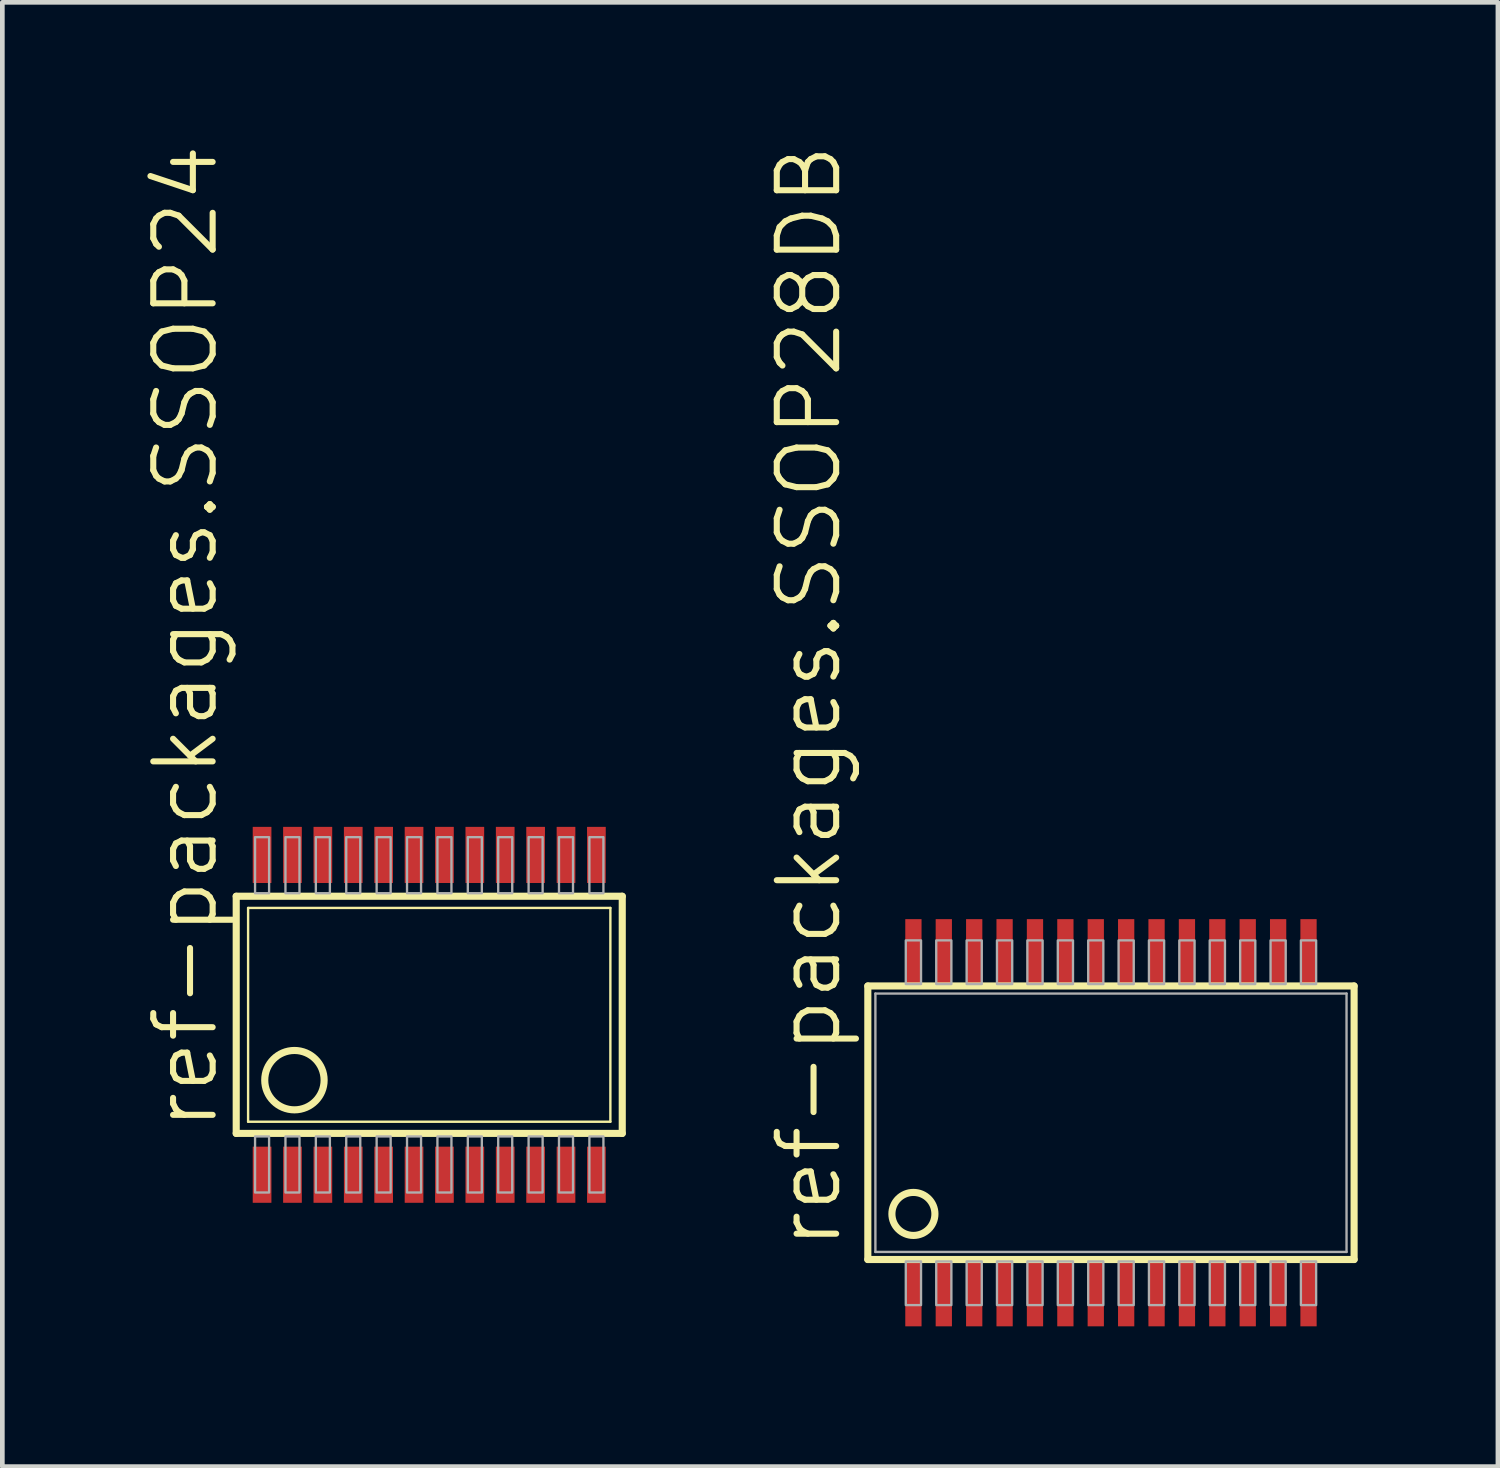
<source format=kicad_pcb>
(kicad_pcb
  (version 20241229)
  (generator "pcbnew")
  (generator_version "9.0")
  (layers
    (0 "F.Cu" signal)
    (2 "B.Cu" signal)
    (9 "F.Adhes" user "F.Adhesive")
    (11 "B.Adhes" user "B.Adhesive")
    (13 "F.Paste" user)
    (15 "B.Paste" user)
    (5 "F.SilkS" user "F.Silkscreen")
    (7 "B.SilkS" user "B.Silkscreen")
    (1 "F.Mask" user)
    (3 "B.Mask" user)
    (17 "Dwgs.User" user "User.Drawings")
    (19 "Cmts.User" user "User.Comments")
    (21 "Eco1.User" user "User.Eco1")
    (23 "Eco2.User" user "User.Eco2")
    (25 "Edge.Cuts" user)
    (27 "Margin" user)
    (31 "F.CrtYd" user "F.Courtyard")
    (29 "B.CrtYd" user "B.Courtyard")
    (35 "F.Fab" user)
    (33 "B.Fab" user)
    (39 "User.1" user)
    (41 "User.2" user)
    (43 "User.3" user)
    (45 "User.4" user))
  (footprint "ref-packages.SSOP28DB"
    (layer "F.Cu")
    (at 20.71 20.962)
    (property "Reference" "ref-packages.SSOP28DB" (at -5.715 2.76 90) (layer "F.SilkS") (effects (font (size 1.27 1.27) (thickness 0.13)) (justify left bottom)))
    (attr smd)
    (fp_line (start -5.2 -2.925) (end 5.2 -2.925) (stroke (width 0.152) (type default)) (layer "F.SilkS"))
    (fp_line (start -5.2 2.925) (end -5.2 -2.925) (stroke (width 0.152) (type default)) (layer "F.SilkS"))
    (fp_line (start 5.2 -2.925) (end 5.2 2.925) (stroke (width 0.152) (type default)) (layer "F.SilkS"))
    (fp_line (start 5.2 2.925) (end -5.2 2.925) (stroke (width 0.152) (type default)) (layer "F.SilkS"))
    (fp_circle (center -4.225 1.95) (end -3.765 1.95) (stroke (width 0.152) (type default)) (fill no) (layer "F.SilkS"))
    (fp_line (start -5.038 -2.763) (end 5.038 -2.763) (stroke (width 0.051) (type default)) (layer "F.Fab"))
    (fp_line (start -5.038 2.763) (end -5.038 -2.763) (stroke (width 0.051) (type default)) (layer "F.Fab"))
    (fp_line (start 5.038 -2.763) (end 5.038 2.763) (stroke (width 0.051) (type default)) (layer "F.Fab"))
    (fp_line (start 5.038 2.763) (end -5.038 2.763) (stroke (width 0.051) (type default)) (layer "F.Fab"))
    (fp_rect (start -4.388 -2.966) (end -4.062 -3.9) (stroke (width 0.05) (type default)) (fill no) (layer "F.Fab"))
    (fp_rect (start -4.388 3.9) (end -4.062 2.966) (stroke (width 0.05) (type default)) (fill no) (layer "F.Fab"))
    (fp_rect (start -3.737 -2.966) (end -3.413 -3.9) (stroke (width 0.05) (type default)) (fill no) (layer "F.Fab"))
    (fp_rect (start -3.737 3.9) (end -3.413 2.966) (stroke (width 0.05) (type default)) (fill no) (layer "F.Fab"))
    (fp_rect (start -3.087 -2.966) (end -2.763 -3.9) (stroke (width 0.05) (type default)) (fill no) (layer "F.Fab"))
    (fp_rect (start -3.087 3.9) (end -2.763 2.966) (stroke (width 0.05) (type default)) (fill no) (layer "F.Fab"))
    (fp_rect (start -2.438 -2.966) (end -2.112 -3.9) (stroke (width 0.05) (type default)) (fill no) (layer "F.Fab"))
    (fp_rect (start -2.438 3.9) (end -2.112 2.966) (stroke (width 0.05) (type default)) (fill no) (layer "F.Fab"))
    (fp_rect (start -1.788 -2.966) (end -1.462 -3.9) (stroke (width 0.05) (type default)) (fill no) (layer "F.Fab"))
    (fp_rect (start -1.788 3.9) (end -1.462 2.966) (stroke (width 0.05) (type default)) (fill no) (layer "F.Fab"))
    (fp_rect (start -1.137 -2.966) (end -0.812 -3.9) (stroke (width 0.05) (type default)) (fill no) (layer "F.Fab"))
    (fp_rect (start -1.137 3.9) (end -0.812 2.966) (stroke (width 0.05) (type default)) (fill no) (layer "F.Fab"))
    (fp_rect (start -0.487 -2.966) (end -0.163 -3.9) (stroke (width 0.05) (type default)) (fill no) (layer "F.Fab"))
    (fp_rect (start -0.487 3.9) (end -0.163 2.966) (stroke (width 0.05) (type default)) (fill no) (layer "F.Fab"))
    (fp_rect (start 0.163 -2.966) (end 0.487 -3.9) (stroke (width 0.05) (type default)) (fill no) (layer "F.Fab"))
    (fp_rect (start 0.163 3.9) (end 0.487 2.966) (stroke (width 0.05) (type default)) (fill no) (layer "F.Fab"))
    (fp_rect (start 0.812 -2.966) (end 1.137 -3.9) (stroke (width 0.05) (type default)) (fill no) (layer "F.Fab"))
    (fp_rect (start 0.812 3.9) (end 1.137 2.966) (stroke (width 0.05) (type default)) (fill no) (layer "F.Fab"))
    (fp_rect (start 1.462 -2.966) (end 1.788 -3.9) (stroke (width 0.05) (type default)) (fill no) (layer "F.Fab"))
    (fp_rect (start 1.462 3.9) (end 1.788 2.966) (stroke (width 0.05) (type default)) (fill no) (layer "F.Fab"))
    (fp_rect (start 2.112 -2.966) (end 2.438 -3.9) (stroke (width 0.05) (type default)) (fill no) (layer "F.Fab"))
    (fp_rect (start 2.112 3.9) (end 2.438 2.966) (stroke (width 0.05) (type default)) (fill no) (layer "F.Fab"))
    (fp_rect (start 2.763 -2.966) (end 3.087 -3.9) (stroke (width 0.05) (type default)) (fill no) (layer "F.Fab"))
    (fp_rect (start 2.763 3.9) (end 3.087 2.966) (stroke (width 0.05) (type default)) (fill no) (layer "F.Fab"))
    (fp_rect (start 3.413 -2.966) (end 3.737 -3.9) (stroke (width 0.05) (type default)) (fill no) (layer "F.Fab"))
    (fp_rect (start 3.413 3.9) (end 3.737 2.966) (stroke (width 0.05) (type default)) (fill no) (layer "F.Fab"))
    (fp_rect (start 4.062 -2.966) (end 4.388 -3.9) (stroke (width 0.05) (type default)) (fill no) (layer "F.Fab"))
    (fp_rect (start 4.062 3.9) (end 4.388 2.966) (stroke (width 0.05) (type default)) (fill no) (layer "F.Fab"))
    (pad "1" smd roundrect (at -4.225 3.656) (size 0.348 1.397) (layers "F.Cu" "F.Mask" "F.Paste") (roundrect_rratio 0.01))
    (pad "2" smd roundrect (at -3.575 3.656) (size 0.348 1.397) (layers "F.Cu" "F.Mask" "F.Paste") (roundrect_rratio 0.01))
    (pad "3" smd roundrect (at -2.925 3.656) (size 0.348 1.397) (layers "F.Cu" "F.Mask" "F.Paste") (roundrect_rratio 0.01))
    (pad "4" smd roundrect (at -2.275 3.656) (size 0.348 1.397) (layers "F.Cu" "F.Mask" "F.Paste") (roundrect_rratio 0.01))
    (pad "5" smd roundrect (at -1.625 3.656) (size 0.348 1.397) (layers "F.Cu" "F.Mask" "F.Paste") (roundrect_rratio 0.01))
    (pad "6" smd roundrect (at -0.975 3.656) (size 0.348 1.397) (layers "F.Cu" "F.Mask" "F.Paste") (roundrect_rratio 0.01))
    (pad "7" smd roundrect (at -0.325 3.656) (size 0.348 1.397) (layers "F.Cu" "F.Mask" "F.Paste") (roundrect_rratio 0.01))
    (pad "8" smd roundrect (at 0.325 3.656) (size 0.348 1.397) (layers "F.Cu" "F.Mask" "F.Paste") (roundrect_rratio 0.01))
    (pad "9" smd roundrect (at 0.975 3.656) (size 0.348 1.397) (layers "F.Cu" "F.Mask" "F.Paste") (roundrect_rratio 0.01))
    (pad "10" smd roundrect (at 1.625 3.656) (size 0.348 1.397) (layers "F.Cu" "F.Mask" "F.Paste") (roundrect_rratio 0.01))
    (pad "11" smd roundrect (at 2.275 3.656) (size 0.348 1.397) (layers "F.Cu" "F.Mask" "F.Paste") (roundrect_rratio 0.01))
    (pad "12" smd roundrect (at 2.925 3.656) (size 0.348 1.397) (layers "F.Cu" "F.Mask" "F.Paste") (roundrect_rratio 0.01))
    (pad "13" smd roundrect (at 3.575 3.656) (size 0.348 1.397) (layers "F.Cu" "F.Mask" "F.Paste") (roundrect_rratio 0.01))
    (pad "14" smd roundrect (at 4.225 3.656) (size 0.348 1.397) (layers "F.Cu" "F.Mask" "F.Paste") (roundrect_rratio 0.01))
    (pad "15" smd roundrect (at 4.225 -3.656) (size 0.348 1.397) (layers "F.Cu" "F.Mask" "F.Paste") (roundrect_rratio 0.01))
    (pad "16" smd roundrect (at 3.575 -3.656) (size 0.348 1.397) (layers "F.Cu" "F.Mask" "F.Paste") (roundrect_rratio 0.01))
    (pad "17" smd roundrect (at 2.925 -3.656) (size 0.348 1.397) (layers "F.Cu" "F.Mask" "F.Paste") (roundrect_rratio 0.01))
    (pad "18" smd roundrect (at 2.275 -3.656) (size 0.348 1.397) (layers "F.Cu" "F.Mask" "F.Paste") (roundrect_rratio 0.01))
    (pad "19" smd roundrect (at 1.625 -3.656) (size 0.348 1.397) (layers "F.Cu" "F.Mask" "F.Paste") (roundrect_rratio 0.01))
    (pad "20" smd roundrect (at 0.975 -3.656) (size 0.348 1.397) (layers "F.Cu" "F.Mask" "F.Paste") (roundrect_rratio 0.01))
    (pad "21" smd roundrect (at 0.325 -3.656) (size 0.348 1.397) (layers "F.Cu" "F.Mask" "F.Paste") (roundrect_rratio 0.01))
    (pad "22" smd roundrect (at -0.325 -3.656) (size 0.348 1.397) (layers "F.Cu" "F.Mask" "F.Paste") (roundrect_rratio 0.01))
    (pad "23" smd roundrect (at -0.975 -3.656) (size 0.348 1.397) (layers "F.Cu" "F.Mask" "F.Paste") (roundrect_rratio 0.01))
    (pad "24" smd roundrect (at -1.625 -3.656) (size 0.348 1.397) (layers "F.Cu" "F.Mask" "F.Paste") (roundrect_rratio 0.01))
    (pad "25" smd roundrect (at -2.275 -3.656) (size 0.348 1.397) (layers "F.Cu" "F.Mask" "F.Paste") (roundrect_rratio 0.01))
    (pad "26" smd roundrect (at -2.925 -3.656) (size 0.348 1.397) (layers "F.Cu" "F.Mask" "F.Paste") (roundrect_rratio 0.01))
    (pad "27" smd roundrect (at -3.575 -3.656) (size 0.348 1.397) (layers "F.Cu" "F.Mask" "F.Paste") (roundrect_rratio 0.01))
    (pad "28" smd roundrect (at -4.225 -3.656) (size 0.348 1.397) (layers "F.Cu" "F.Mask" "F.Paste") (roundrect_rratio 0.01)))
  (footprint "ref-packages.SSOP24"
    (layer "F.Cu")
    (at 6.13 18.654)
    (property "Reference" "ref-packages.SSOP24" (at -4.47 2.527 90) (layer "F.SilkS") (effects (font (size 1.27 1.27) (thickness 0.13)) (justify left bottom)))
    (attr smd)
    (fp_line (start -4.128 2.536) (end -4.128 -2.536) (stroke (width 0.152) (type default)) (layer "F.SilkS"))
    (fp_line (start -4.128 2.536) (end 4.128 2.536) (stroke (width 0.152) (type default)) (layer "F.SilkS"))
    (fp_line (start -3.874 2.286) (end -3.874 -2.286) (stroke (width 0.051) (type default)) (layer "F.SilkS"))
    (fp_line (start -3.874 2.286) (end 3.874 2.286) (stroke (width 0.051) (type default)) (layer "F.SilkS"))
    (fp_line (start 3.874 -2.286) (end -3.874 -2.286) (stroke (width 0.051) (type default)) (layer "F.SilkS"))
    (fp_line (start 3.874 -2.286) (end 3.874 2.286) (stroke (width 0.051) (type default)) (layer "F.SilkS"))
    (fp_line (start 4.128 -2.536) (end -4.128 -2.536) (stroke (width 0.152) (type default)) (layer "F.SilkS"))
    (fp_line (start 4.128 2.536) (end 4.128 -2.536) (stroke (width 0.152) (type default)) (layer "F.SilkS"))
    (fp_circle (center -2.883 1.397) (end -2.248 1.397) (stroke (width 0.152) (type default)) (fill no) (layer "F.SilkS"))
    (fp_rect (start -3.725 -2.6) (end -3.425 -3.8) (stroke (width 0.05) (type default)) (fill no) (layer "F.Fab"))
    (fp_rect (start -3.725 3.8) (end -3.425 2.6) (stroke (width 0.05) (type default)) (fill no) (layer "F.Fab"))
    (fp_rect (start -3.075 -2.6) (end -2.775 -3.8) (stroke (width 0.05) (type default)) (fill no) (layer "F.Fab"))
    (fp_rect (start -3.075 3.8) (end -2.775 2.6) (stroke (width 0.05) (type default)) (fill no) (layer "F.Fab"))
    (fp_rect (start -2.425 -2.6) (end -2.125 -3.8) (stroke (width 0.05) (type default)) (fill no) (layer "F.Fab"))
    (fp_rect (start -2.425 3.8) (end -2.125 2.6) (stroke (width 0.05) (type default)) (fill no) (layer "F.Fab"))
    (fp_rect (start -1.775 -2.6) (end -1.475 -3.8) (stroke (width 0.05) (type default)) (fill no) (layer "F.Fab"))
    (fp_rect (start -1.775 3.8) (end -1.475 2.6) (stroke (width 0.05) (type default)) (fill no) (layer "F.Fab"))
    (fp_rect (start -1.125 -2.6) (end -0.825 -3.8) (stroke (width 0.05) (type default)) (fill no) (layer "F.Fab"))
    (fp_rect (start -1.125 3.8) (end -0.825 2.6) (stroke (width 0.05) (type default)) (fill no) (layer "F.Fab"))
    (fp_rect (start -0.475 -2.6) (end -0.175 -3.8) (stroke (width 0.05) (type default)) (fill no) (layer "F.Fab"))
    (fp_rect (start -0.475 3.8) (end -0.175 2.6) (stroke (width 0.05) (type default)) (fill no) (layer "F.Fab"))
    (fp_rect (start 0.175 -2.6) (end 0.475 -3.8) (stroke (width 0.05) (type default)) (fill no) (layer "F.Fab"))
    (fp_rect (start 0.175 3.8) (end 0.475 2.6) (stroke (width 0.05) (type default)) (fill no) (layer "F.Fab"))
    (fp_rect (start 0.825 -2.6) (end 1.125 -3.8) (stroke (width 0.05) (type default)) (fill no) (layer "F.Fab"))
    (fp_rect (start 0.825 3.8) (end 1.125 2.6) (stroke (width 0.05) (type default)) (fill no) (layer "F.Fab"))
    (fp_rect (start 1.475 -2.6) (end 1.775 -3.8) (stroke (width 0.05) (type default)) (fill no) (layer "F.Fab"))
    (fp_rect (start 1.475 3.8) (end 1.775 2.6) (stroke (width 0.05) (type default)) (fill no) (layer "F.Fab"))
    (fp_rect (start 2.125 -2.6) (end 2.425 -3.8) (stroke (width 0.05) (type default)) (fill no) (layer "F.Fab"))
    (fp_rect (start 2.125 3.8) (end 2.425 2.6) (stroke (width 0.05) (type default)) (fill no) (layer "F.Fab"))
    (fp_rect (start 2.775 -2.6) (end 3.075 -3.8) (stroke (width 0.05) (type default)) (fill no) (layer "F.Fab"))
    (fp_rect (start 2.775 3.8) (end 3.075 2.6) (stroke (width 0.05) (type default)) (fill no) (layer "F.Fab"))
    (fp_rect (start 3.425 -2.6) (end 3.725 -3.8) (stroke (width 0.05) (type default)) (fill no) (layer "F.Fab"))
    (fp_rect (start 3.425 3.8) (end 3.725 2.6) (stroke (width 0.05) (type default)) (fill no) (layer "F.Fab"))
    (pad "1" smd roundrect (at -3.575 3.42) (size 0.4 1.2) (layers "F.Cu" "F.Mask" "F.Paste") (roundrect_rratio 0.01))
    (pad "2" smd roundrect (at -2.925 3.42) (size 0.4 1.2) (layers "F.Cu" "F.Mask" "F.Paste") (roundrect_rratio 0.01))
    (pad "3" smd roundrect (at -2.275 3.42) (size 0.4 1.2) (layers "F.Cu" "F.Mask" "F.Paste") (roundrect_rratio 0.01))
    (pad "4" smd roundrect (at -1.625 3.42) (size 0.4 1.2) (layers "F.Cu" "F.Mask" "F.Paste") (roundrect_rratio 0.01))
    (pad "5" smd roundrect (at -0.975 3.42) (size 0.4 1.2) (layers "F.Cu" "F.Mask" "F.Paste") (roundrect_rratio 0.01))
    (pad "6" smd roundrect (at -0.325 3.42) (size 0.4 1.2) (layers "F.Cu" "F.Mask" "F.Paste") (roundrect_rratio 0.01))
    (pad "7" smd roundrect (at 0.325 3.42) (size 0.4 1.2) (layers "F.Cu" "F.Mask" "F.Paste") (roundrect_rratio 0.01))
    (pad "8" smd roundrect (at 0.975 3.42) (size 0.4 1.2) (layers "F.Cu" "F.Mask" "F.Paste") (roundrect_rratio 0.01))
    (pad "9" smd roundrect (at 1.625 3.42) (size 0.4 1.2) (layers "F.Cu" "F.Mask" "F.Paste") (roundrect_rratio 0.01))
    (pad "10" smd roundrect (at 2.275 3.42) (size 0.4 1.2) (layers "F.Cu" "F.Mask" "F.Paste") (roundrect_rratio 0.01))
    (pad "11" smd roundrect (at 2.925 3.42) (size 0.4 1.2) (layers "F.Cu" "F.Mask" "F.Paste") (roundrect_rratio 0.01))
    (pad "12" smd roundrect (at 3.575 3.42) (size 0.4 1.2) (layers "F.Cu" "F.Mask" "F.Paste") (roundrect_rratio 0.01))
    (pad "13" smd roundrect (at 3.575 -3.42) (size 0.4 1.2) (layers "F.Cu" "F.Mask" "F.Paste") (roundrect_rratio 0.01))
    (pad "14" smd roundrect (at 2.925 -3.42) (size 0.4 1.2) (layers "F.Cu" "F.Mask" "F.Paste") (roundrect_rratio 0.01))
    (pad "15" smd roundrect (at 2.275 -3.42) (size 0.4 1.2) (layers "F.Cu" "F.Mask" "F.Paste") (roundrect_rratio 0.01))
    (pad "16" smd roundrect (at 1.625 -3.42) (size 0.4 1.2) (layers "F.Cu" "F.Mask" "F.Paste") (roundrect_rratio 0.01))
    (pad "17" smd roundrect (at 0.975 -3.42) (size 0.4 1.2) (layers "F.Cu" "F.Mask" "F.Paste") (roundrect_rratio 0.01))
    (pad "18" smd roundrect (at 0.325 -3.42) (size 0.4 1.2) (layers "F.Cu" "F.Mask" "F.Paste") (roundrect_rratio 0.01))
    (pad "19" smd roundrect (at -0.325 -3.42) (size 0.4 1.2) (layers "F.Cu" "F.Mask" "F.Paste") (roundrect_rratio 0.01))
    (pad "20" smd roundrect (at -0.975 -3.42) (size 0.4 1.2) (layers "F.Cu" "F.Mask" "F.Paste") (roundrect_rratio 0.01))
    (pad "21" smd roundrect (at -1.625 -3.42) (size 0.4 1.2) (layers "F.Cu" "F.Mask" "F.Paste") (roundrect_rratio 0.01))
    (pad "22" smd roundrect (at -2.275 -3.42) (size 0.4 1.2) (layers "F.Cu" "F.Mask" "F.Paste") (roundrect_rratio 0.01))
    (pad "23" smd roundrect (at -2.925 -3.42) (size 0.4 1.2) (layers "F.Cu" "F.Mask" "F.Paste") (roundrect_rratio 0.01))
    (pad "24" smd roundrect (at -3.575 -3.42) (size 0.4 1.2) (layers "F.Cu" "F.Mask" "F.Paste") (roundrect_rratio 0.01)))
  (gr_rect
    (start -3 -3)
    (end 28.986 28.316)
    (stroke (width 0.1) (type default))
    (fill no)
    (layer "Edge.Cuts")))
</source>
